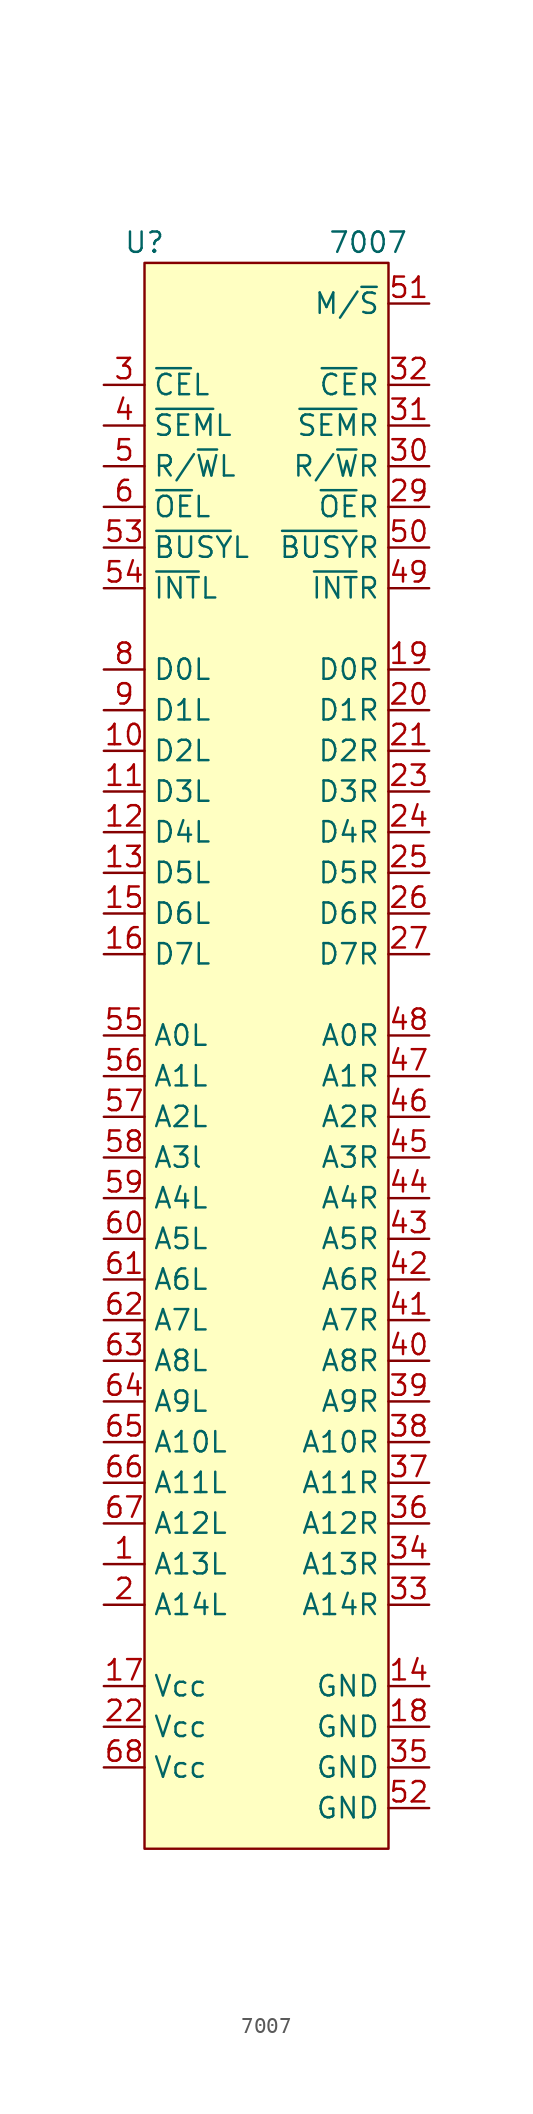
<source format=kicad_sym>
(kicad_symbol_lib
  (version 20220914)
  (generator kicad_symbol_editor)
  (symbol "7007"
    (property "Reference" "U"
      (at -7.62 44.45 0)
      (effects (font (size 1.27 1.27))))
    (property "Value" "7007"
      (at 6.35 44.45 0)
      (effects (font (size 1.27 1.27))))
    (symbol "7007_0_0"
      (pin input line (at -10.16 -38.1 0) (length 2.54) (name "A13L" (effects (font (size 1.27 1.27)))) (number "1" (effects (font (size 1.27 1.27)))))
      (pin bidirectional line (at -10.16 12.7 0) (length 2.54) (name "D2L" (effects (font (size 1.27 1.27)))) (number "10" (effects (font (size 1.27 1.27)))))
      (pin bidirectional line (at -10.16 10.16 0) (length 2.54) (name "D3L" (effects (font (size 1.27 1.27)))) (number "11" (effects (font (size 1.27 1.27)))))
      (pin bidirectional line (at -10.16 7.62 0) (length 2.54) (name "D4L" (effects (font (size 1.27 1.27)))) (number "12" (effects (font (size 1.27 1.27)))))
      (pin bidirectional line (at -10.16 5.08 0) (length 2.54) (name "D5L" (effects (font (size 1.27 1.27)))) (number "13" (effects (font (size 1.27 1.27)))))
      (pin power_in line (at 10.16 -45.72 180) (length 2.54) (name "GND" (effects (font (size 1.27 1.27)))) (number "14" (effects (font (size 1.27 1.27)))))
      (pin bidirectional line (at -10.16 2.54 0) (length 2.54) (name "D6L" (effects (font (size 1.27 1.27)))) (number "15" (effects (font (size 1.27 1.27)))))
      (pin bidirectional line (at 10.16 17.78 180) (length 2.54) (name "D0R" (effects (font (size 1.27 1.27)))) (number "19" (effects (font (size 1.27 1.27)))))
      (pin input line (at -10.16 -40.64 0) (length 2.54) (name "A14L" (effects (font (size 1.27 1.27)))) (number "2" (effects (font (size 1.27 1.27)))))
      (pin bidirectional line (at 10.16 15.24 180) (length 2.54) (name "D1R" (effects (font (size 1.27 1.27)))) (number "20" (effects (font (size 1.27 1.27)))))
      (pin bidirectional line (at 10.16 12.7 180) (length 2.54) (name "D2R" (effects (font (size 1.27 1.27)))) (number "21" (effects (font (size 1.27 1.27)))))
      (pin power_in line (at -10.16 -48.26 0) (length 2.54) (name "Vcc" (effects (font (size 1.27 1.27)))) (number "22" (effects (font (size 1.27 1.27)))))
      (pin bidirectional line (at 10.16 10.16 180) (length 2.54) (name "D3R" (effects (font (size 1.27 1.27)))) (number "23" (effects (font (size 1.27 1.27)))))
      (pin bidirectional line (at 10.16 7.62 180) (length 2.54) (name "D4R" (effects (font (size 1.27 1.27)))) (number "24" (effects (font (size 1.27 1.27)))))
      (pin bidirectional line (at 10.16 5.08 180) (length 2.54) (name "D5R" (effects (font (size 1.27 1.27)))) (number "25" (effects (font (size 1.27 1.27)))))
      (pin bidirectional line (at 10.16 2.54 180) (length 2.54) (name "D6R" (effects (font (size 1.27 1.27)))) (number "26" (effects (font (size 1.27 1.27)))))
      (pin bidirectional line (at 10.16 0 180) (length 2.54) (name "D7R" (effects (font (size 1.27 1.27)))) (number "27" (effects (font (size 1.27 1.27)))))
      (pin input line (at 10.16 27.94 180) (length 2.54) (name "~{OE}R" (effects (font (size 1.27 1.27)))) (number "29" (effects (font (size 1.27 1.27)))))
      (pin input line (at 10.16 30.48 180) (length 2.54) (name "R/~{W}R" (effects (font (size 1.27 1.27)))) (number "30" (effects (font (size 1.27 1.27)))))
      (pin input line (at 10.16 33.02 180) (length 2.54) (name "~{SEM}R" (effects (font (size 1.27 1.27)))) (number "31" (effects (font (size 1.27 1.27)))))
      (pin input line (at 10.16 35.56 180) (length 2.54) (name "~{CE}R" (effects (font (size 1.27 1.27)))) (number "32" (effects (font (size 1.27 1.27)))))
      (pin input line (at 10.16 -40.64 180) (length 2.54) (name "A14R" (effects (font (size 1.27 1.27)))) (number "33" (effects (font (size 1.27 1.27)))))
      (pin input line (at 10.16 -38.1 180) (length 2.54) (name "A13R" (effects (font (size 1.27 1.27)))) (number "34" (effects (font (size 1.27 1.27)))))
      (pin input line (at 10.16 -35.56 180) (length 2.54) (name "A12R" (effects (font (size 1.27 1.27)))) (number "36" (effects (font (size 1.27 1.27)))))
      (pin input line (at 10.16 -33.02 180) (length 2.54) (name "A11R" (effects (font (size 1.27 1.27)))) (number "37" (effects (font (size 1.27 1.27)))))
      (pin input line (at 10.16 -30.48 180) (length 2.54) (name "A10R" (effects (font (size 1.27 1.27)))) (number "38" (effects (font (size 1.27 1.27)))))
      (pin input line (at 10.16 -27.94 180) (length 2.54) (name "A9R" (effects (font (size 1.27 1.27)))) (number "39" (effects (font (size 1.27 1.27)))))
      (pin input line (at -10.16 33.02 0) (length 2.54) (name "~{SEM}L" (effects (font (size 1.27 1.27)))) (number "4" (effects (font (size 1.27 1.27)))))
      (pin input line (at 10.16 -25.4 180) (length 2.54) (name "A8R" (effects (font (size 1.27 1.27)))) (number "40" (effects (font (size 1.27 1.27)))))
      (pin input line (at 10.16 -22.86 180) (length 2.54) (name "A7R" (effects (font (size 1.27 1.27)))) (number "41" (effects (font (size 1.27 1.27)))))
      (pin input line (at 10.16 -20.32 180) (length 2.54) (name "A6R" (effects (font (size 1.27 1.27)))) (number "42" (effects (font (size 1.27 1.27)))))
      (pin input line (at 10.16 -17.78 180) (length 2.54) (name "A5R" (effects (font (size 1.27 1.27)))) (number "43" (effects (font (size 1.27 1.27)))))
      (pin input line (at 10.16 -15.24 180) (length 2.54) (name "A4R" (effects (font (size 1.27 1.27)))) (number "44" (effects (font (size 1.27 1.27)))))
      (pin input line (at 10.16 -12.7 180) (length 2.54) (name "A3R" (effects (font (size 1.27 1.27)))) (number "45" (effects (font (size 1.27 1.27)))))
      (pin input line (at 10.16 -10.16 180) (length 2.54) (name "A2R" (effects (font (size 1.27 1.27)))) (number "46" (effects (font (size 1.27 1.27)))))
      (pin input line (at 10.16 -7.62 180) (length 2.54) (name "A1R" (effects (font (size 1.27 1.27)))) (number "47" (effects (font (size 1.27 1.27)))))
      (pin input line (at 10.16 -5.08 180) (length 2.54) (name "A0R" (effects (font (size 1.27 1.27)))) (number "48" (effects (font (size 1.27 1.27)))))
      (pin input line (at 10.16 22.86 180) (length 2.54) (name "~{INT}R" (effects (font (size 1.27 1.27)))) (number "49" (effects (font (size 1.27 1.27)))))
      (pin input line (at -10.16 30.48 0) (length 2.54) (name "R/~{W}L" (effects (font (size 1.27 1.27)))) (number "5" (effects (font (size 1.27 1.27)))))
      (pin bidirectional line (at 10.16 25.4 180) (length 2.54) (name "~{BUSY}R" (effects (font (size 1.27 1.27)))) (number "50" (effects (font (size 1.27 1.27)))))
      (pin input line (at 10.16 40.64 180) (length 2.54) (name "M/~{S}" (effects (font (size 1.27 1.27)))) (number "51" (effects (font (size 1.27 1.27)))))
      (pin bidirectional line (at -10.16 25.4 0) (length 2.54) (name "~{BUSY}L" (effects (font (size 1.27 1.27)))) (number "53" (effects (font (size 1.27 1.27)))))
      (pin output line (at -10.16 22.86 0) (length 2.54) (name "~{INT}L" (effects (font (size 1.27 1.27)))) (number "54" (effects (font (size 1.27 1.27)))))
      (pin input line (at -10.16 -5.08 0) (length 2.54) (name "A0L" (effects (font (size 1.27 1.27)))) (number "55" (effects (font (size 1.27 1.27)))))
      (pin input line (at -10.16 -7.62 0) (length 2.54) (name "A1L" (effects (font (size 1.27 1.27)))) (number "56" (effects (font (size 1.27 1.27)))))
      (pin input line (at -10.16 -10.16 0) (length 2.54) (name "A2L" (effects (font (size 1.27 1.27)))) (number "57" (effects (font (size 1.27 1.27)))))
      (pin input line (at -10.16 -12.7 0) (length 2.54) (name "A3l" (effects (font (size 1.27 1.27)))) (number "58" (effects (font (size 1.27 1.27)))))
      (pin input line (at -10.16 -15.24 0) (length 2.54) (name "A4L" (effects (font (size 1.27 1.27)))) (number "59" (effects (font (size 1.27 1.27)))))
      (pin input line (at -10.16 27.94 0) (length 2.54) (name "~{OE}L" (effects (font (size 1.27 1.27)))) (number "6" (effects (font (size 1.27 1.27)))))
      (pin input line (at -10.16 -17.78 0) (length 2.54) (name "A5L" (effects (font (size 1.27 1.27)))) (number "60" (effects (font (size 1.27 1.27)))))
      (pin input line (at -10.16 -20.32 0) (length 2.54) (name "A6L" (effects (font (size 1.27 1.27)))) (number "61" (effects (font (size 1.27 1.27)))))
      (pin input line (at -10.16 -22.86 0) (length 2.54) (name "A7L" (effects (font (size 1.27 1.27)))) (number "62" (effects (font (size 1.27 1.27)))))
      (pin input line (at -10.16 -25.4 0) (length 2.54) (name "A8L" (effects (font (size 1.27 1.27)))) (number "63" (effects (font (size 1.27 1.27)))))
      (pin input line (at -10.16 -27.94 0) (length 2.54) (name "A9L" (effects (font (size 1.27 1.27)))) (number "64" (effects (font (size 1.27 1.27)))))
      (pin input line (at -10.16 -30.48 0) (length 2.54) (name "A10L" (effects (font (size 1.27 1.27)))) (number "65" (effects (font (size 1.27 1.27)))))
      (pin input line (at -10.16 -33.02 0) (length 2.54) (name "A11L" (effects (font (size 1.27 1.27)))) (number "66" (effects (font (size 1.27 1.27)))))
      (pin input line (at -10.16 -35.56 0) (length 2.54) (name "A12L" (effects (font (size 1.27 1.27)))) (number "67" (effects (font (size 1.27 1.27)))))
      (pin bidirectional line (at -10.16 17.78 0) (length 2.54) (name "D0L" (effects (font (size 1.27 1.27)))) (number "8" (effects (font (size 1.27 1.27)))))
      (pin bidirectional line (at -10.16 15.24 0) (length 2.54) (name "D1L" (effects (font (size 1.27 1.27)))) (number "9" (effects (font (size 1.27 1.27))))))
    (symbol "7007_1_0"
      (pin bidirectional line (at -10.16 0 0) (length 2.54) (name "D7L" (effects (font (size 1.27 1.27)))) (number "16" (effects (font (size 1.27 1.27)))))
      (pin power_in line (at -10.16 -45.72 0) (length 2.54) (name "Vcc" (effects (font (size 1.27 1.27)))) (number "17" (effects (font (size 1.27 1.27)))))
      (pin power_in line (at 10.16 -48.26 180) (length 2.54) (name "GND" (effects (font (size 1.27 1.27)))) (number "18" (effects (font (size 1.27 1.27)))))
      (pin input line (at -10.16 35.56 0) (length 2.54) (name "~{CE}L" (effects (font (size 1.27 1.27)))) (number "3" (effects (font (size 1.27 1.27)))))
      (pin power_in line (at 10.16 -50.8 180) (length 2.54) (name "GND" (effects (font (size 1.27 1.27)))) (number "35" (effects (font (size 1.27 1.27)))))
      (pin power_in line (at 10.16 -53.34 180) (length 2.54) (name "GND" (effects (font (size 1.27 1.27)))) (number "52" (effects (font (size 1.27 1.27)))))
      (pin power_in line (at -10.16 -50.8 0) (length 2.54) (name "Vcc" (effects (font (size 1.27 1.27)))) (number "68" (effects (font (size 1.27 1.27))))))
    (symbol "7007_1_1"
      (rectangle (start -7.62 43.18) (end 7.62 -55.88) (stroke (width 0) (type default)) (fill (type background))))))
</source>
